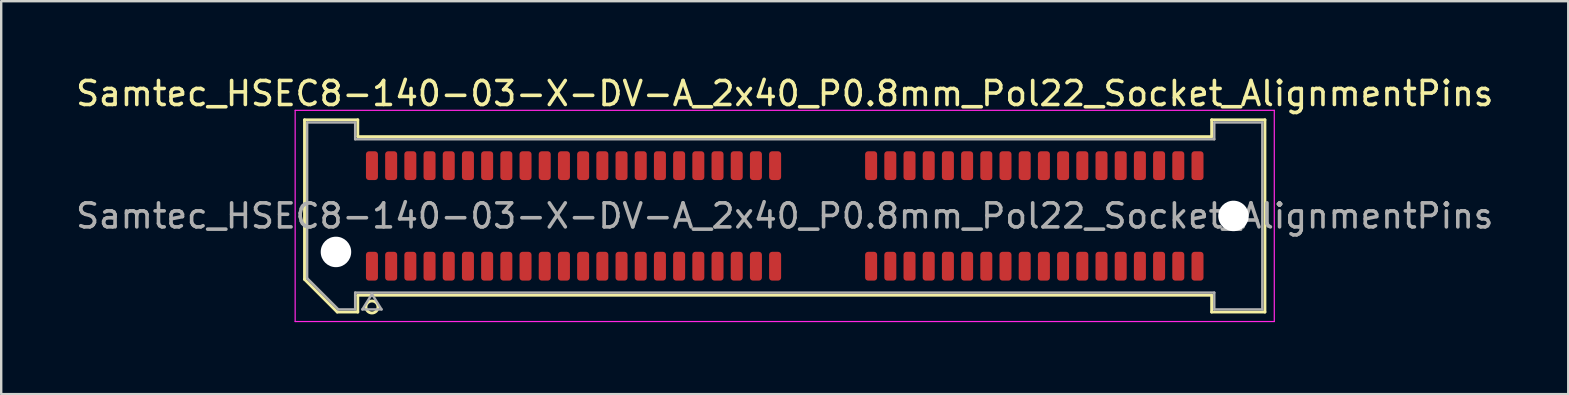
<source format=kicad_pcb>
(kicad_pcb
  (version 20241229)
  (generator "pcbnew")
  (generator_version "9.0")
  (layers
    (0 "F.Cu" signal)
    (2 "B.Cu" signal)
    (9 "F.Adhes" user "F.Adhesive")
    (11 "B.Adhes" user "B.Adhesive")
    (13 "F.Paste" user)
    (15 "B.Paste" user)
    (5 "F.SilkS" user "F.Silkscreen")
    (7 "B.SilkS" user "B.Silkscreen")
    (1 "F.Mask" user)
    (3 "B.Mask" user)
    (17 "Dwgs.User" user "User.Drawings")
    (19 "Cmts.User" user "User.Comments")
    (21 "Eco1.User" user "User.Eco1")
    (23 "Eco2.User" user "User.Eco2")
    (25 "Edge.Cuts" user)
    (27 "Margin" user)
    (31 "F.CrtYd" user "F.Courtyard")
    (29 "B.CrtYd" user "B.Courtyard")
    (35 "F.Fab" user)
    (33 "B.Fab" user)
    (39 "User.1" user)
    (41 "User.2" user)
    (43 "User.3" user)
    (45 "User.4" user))
  (footprint "Samtec_HSEC8-140-03-X-DV-A_2x40_P0.8mm_Pol22_Socket_AlignmentPins"
    (layer "F.Cu")
    (at 29.649 5.948)
    (property "Reference" "Samtec_HSEC8-140-03-X-DV-A_2x40_P0.8mm_Pol22_Socket_AlignmentPins" (at 0 -5.1 0) (layer "F.SilkS") (effects (font (size 1 1) (thickness 0.15))))
    (attr smd)
    (fp_line (start -20.01 -4.005) (end -17.79 -4.005) (stroke (width 0.12) (type solid)) (layer "F.SilkS"))
    (fp_line (start -20.01 2.641) (end -20.01 -4.005) (stroke (width 0.12) (type solid)) (layer "F.SilkS"))
    (fp_line (start -18.646 4.005) (end -20.01 2.641) (stroke (width 0.12) (type solid)) (layer "F.SilkS"))
    (fp_line (start -17.79 -4.005) (end -17.79 -3.305) (stroke (width 0.12) (type solid)) (layer "F.SilkS"))
    (fp_line (start -17.79 -3.305) (end 17.79 -3.305) (stroke (width 0.12) (type solid)) (layer "F.SilkS"))
    (fp_line (start -17.79 3.305) (end -17.79 4.005) (stroke (width 0.12) (type solid)) (layer "F.SilkS"))
    (fp_line (start -17.79 4.005) (end -18.646 4.005) (stroke (width 0.12) (type solid)) (layer "F.SilkS"))
    (fp_line (start 17.79 -4.005) (end 20.01 -4.005) (stroke (width 0.12) (type solid)) (layer "F.SilkS"))
    (fp_line (start 17.79 -3.305) (end 17.79 -4.005) (stroke (width 0.12) (type solid)) (layer "F.SilkS"))
    (fp_line (start 17.79 3.305) (end -17.79 3.305) (stroke (width 0.12) (type solid)) (layer "F.SilkS"))
    (fp_line (start 17.79 4.005) (end 17.79 3.305) (stroke (width 0.12) (type solid)) (layer "F.SilkS"))
    (fp_line (start 20.01 -4.005) (end 20.01 4.005) (stroke (width 0.12) (type solid)) (layer "F.SilkS"))
    (fp_line (start 20.01 4.005) (end 17.79 4.005) (stroke (width 0.12) (type solid)) (layer "F.SilkS"))
    (fp_arc (start -16.95 3.795) (mid -17.45 3.795) (end -16.95 3.795) (stroke (width 0.12) (type solid)) (layer "F.SilkS"))
    (fp_line (start -20.4 -4.4) (end -20.4 4.4) (stroke (width 0.05) (type solid)) (layer "F.CrtYd"))
    (fp_line (start -20.4 4.4) (end 20.4 4.4) (stroke (width 0.05) (type solid)) (layer "F.CrtYd"))
    (fp_line (start 20.4 -4.4) (end -20.4 -4.4) (stroke (width 0.05) (type solid)) (layer "F.CrtYd"))
    (fp_line (start 20.4 4.4) (end 20.4 -4.4) (stroke (width 0.05) (type solid)) (layer "F.CrtYd"))
    (fp_line (start -19.9 -3.895) (end -17.9 -3.895) (stroke (width 0.1) (type solid)) (layer "F.Fab"))
    (fp_line (start -19.9 2.595) (end -19.9 -3.895) (stroke (width 0.1) (type solid)) (layer "F.Fab"))
    (fp_line (start -18.6 3.895) (end -19.9 2.595) (stroke (width 0.1) (type solid)) (layer "F.Fab"))
    (fp_line (start -17.9 -3.895) (end -17.9 -3.195) (stroke (width 0.1) (type solid)) (layer "F.Fab"))
    (fp_line (start -17.9 -3.195) (end 17.9 -3.195) (stroke (width 0.1) (type solid)) (layer "F.Fab"))
    (fp_line (start -17.9 3.195) (end -17.9 3.895) (stroke (width 0.1) (type solid)) (layer "F.Fab"))
    (fp_line (start -17.9 3.895) (end -18.6 3.895) (stroke (width 0.1) (type solid)) (layer "F.Fab"))
    (fp_line (start -17.6 3.895) (end -17.2 3.255) (stroke (width 0.1) (type solid)) (layer "F.Fab"))
    (fp_line (start -17.2 3.255) (end -16.8 3.895) (stroke (width 0.1) (type solid)) (layer "F.Fab"))
    (fp_line (start -16.8 3.895) (end -17.6 3.895) (stroke (width 0.1) (type solid)) (layer "F.Fab"))
    (fp_line (start 17.9 -3.895) (end 19.9 -3.895) (stroke (width 0.1) (type solid)) (layer "F.Fab"))
    (fp_line (start 17.9 -3.195) (end 17.9 -3.895) (stroke (width 0.1) (type solid)) (layer "F.Fab"))
    (fp_line (start 17.9 3.195) (end -17.9 3.195) (stroke (width 0.1) (type solid)) (layer "F.Fab"))
    (fp_line (start 17.9 3.895) (end 17.9 3.195) (stroke (width 0.1) (type solid)) (layer "F.Fab"))
    (fp_line (start 19.9 -3.895) (end 19.9 3.895) (stroke (width 0.1) (type solid)) (layer "F.Fab"))
    (fp_line (start 19.9 3.895) (end 17.9 3.895) (stroke (width 0.1) (type solid)) (layer "F.Fab"))
    (fp_text user "${REFERENCE}" (at 0 0 0) (layer "F.Fab") (effects (font (size 1 1) (thickness 0.15))))
    (pad "" np_thru_hole circle (at -18.7 1.5) (size 1.27 1.27) (drill 1.27) (layers "*.Cu" "*.Mask"))
    (pad "" np_thru_hole circle (at 18.7 0) (size 1.27 1.27) (drill 1.27) (layers "*.Cu" "*.Mask"))
    (pad "1" smd roundrect (at -17.2 2.095) (size 0.5 1.2) (layers "F.Cu" "F.Mask" "F.Paste") (roundrect_rratio 0.25))
    (pad "2" smd roundrect (at -17.2 -2.095) (size 0.5 1.2) (layers "F.Cu" "F.Mask" "F.Paste") (roundrect_rratio 0.25))
    (pad "3" smd roundrect (at -16.4 2.095) (size 0.5 1.2) (layers "F.Cu" "F.Mask" "F.Paste") (roundrect_rratio 0.25))
    (pad "4" smd roundrect (at -16.4 -2.095) (size 0.5 1.2) (layers "F.Cu" "F.Mask" "F.Paste") (roundrect_rratio 0.25))
    (pad "5" smd roundrect (at -15.6 2.095) (size 0.5 1.2) (layers "F.Cu" "F.Mask" "F.Paste") (roundrect_rratio 0.25))
    (pad "6" smd roundrect (at -15.6 -2.095) (size 0.5 1.2) (layers "F.Cu" "F.Mask" "F.Paste") (roundrect_rratio 0.25))
    (pad "7" smd roundrect (at -14.8 2.095) (size 0.5 1.2) (layers "F.Cu" "F.Mask" "F.Paste") (roundrect_rratio 0.25))
    (pad "8" smd roundrect (at -14.8 -2.095) (size 0.5 1.2) (layers "F.Cu" "F.Mask" "F.Paste") (roundrect_rratio 0.25))
    (pad "9" smd roundrect (at -14 2.095) (size 0.5 1.2) (layers "F.Cu" "F.Mask" "F.Paste") (roundrect_rratio 0.25))
    (pad "10" smd roundrect (at -14 -2.095) (size 0.5 1.2) (layers "F.Cu" "F.Mask" "F.Paste") (roundrect_rratio 0.25))
    (pad "11" smd roundrect (at -13.2 2.095) (size 0.5 1.2) (layers "F.Cu" "F.Mask" "F.Paste") (roundrect_rratio 0.25))
    (pad "12" smd roundrect (at -13.2 -2.095) (size 0.5 1.2) (layers "F.Cu" "F.Mask" "F.Paste") (roundrect_rratio 0.25))
    (pad "13" smd roundrect (at -12.4 2.095) (size 0.5 1.2) (layers "F.Cu" "F.Mask" "F.Paste") (roundrect_rratio 0.25))
    (pad "14" smd roundrect (at -12.4 -2.095) (size 0.5 1.2) (layers "F.Cu" "F.Mask" "F.Paste") (roundrect_rratio 0.25))
    (pad "15" smd roundrect (at -11.6 2.095) (size 0.5 1.2) (layers "F.Cu" "F.Mask" "F.Paste") (roundrect_rratio 0.25))
    (pad "16" smd roundrect (at -11.6 -2.095) (size 0.5 1.2) (layers "F.Cu" "F.Mask" "F.Paste") (roundrect_rratio 0.25))
    (pad "17" smd roundrect (at -10.8 2.095) (size 0.5 1.2) (layers "F.Cu" "F.Mask" "F.Paste") (roundrect_rratio 0.25))
    (pad "18" smd roundrect (at -10.8 -2.095) (size 0.5 1.2) (layers "F.Cu" "F.Mask" "F.Paste") (roundrect_rratio 0.25))
    (pad "19" smd roundrect (at -10 2.095) (size 0.5 1.2) (layers "F.Cu" "F.Mask" "F.Paste") (roundrect_rratio 0.25))
    (pad "20" smd roundrect (at -10 -2.095) (size 0.5 1.2) (layers "F.Cu" "F.Mask" "F.Paste") (roundrect_rratio 0.25))
    (pad "21" smd roundrect (at -9.2 2.095) (size 0.5 1.2) (layers "F.Cu" "F.Mask" "F.Paste") (roundrect_rratio 0.25))
    (pad "22" smd roundrect (at -9.2 -2.095) (size 0.5 1.2) (layers "F.Cu" "F.Mask" "F.Paste") (roundrect_rratio 0.25))
    (pad "23" smd roundrect (at -8.4 2.095) (size 0.5 1.2) (layers "F.Cu" "F.Mask" "F.Paste") (roundrect_rratio 0.25))
    (pad "24" smd roundrect (at -8.4 -2.095) (size 0.5 1.2) (layers "F.Cu" "F.Mask" "F.Paste") (roundrect_rratio 0.25))
    (pad "25" smd roundrect (at -7.6 2.095) (size 0.5 1.2) (layers "F.Cu" "F.Mask" "F.Paste") (roundrect_rratio 0.25))
    (pad "26" smd roundrect (at -7.6 -2.095) (size 0.5 1.2) (layers "F.Cu" "F.Mask" "F.Paste") (roundrect_rratio 0.25))
    (pad "27" smd roundrect (at -6.8 2.095) (size 0.5 1.2) (layers "F.Cu" "F.Mask" "F.Paste") (roundrect_rratio 0.25))
    (pad "28" smd roundrect (at -6.8 -2.095) (size 0.5 1.2) (layers "F.Cu" "F.Mask" "F.Paste") (roundrect_rratio 0.25))
    (pad "29" smd roundrect (at -6 2.095) (size 0.5 1.2) (layers "F.Cu" "F.Mask" "F.Paste") (roundrect_rratio 0.25))
    (pad "30" smd roundrect (at -6 -2.095) (size 0.5 1.2) (layers "F.Cu" "F.Mask" "F.Paste") (roundrect_rratio 0.25))
    (pad "31" smd roundrect (at -5.2 2.095) (size 0.5 1.2) (layers "F.Cu" "F.Mask" "F.Paste") (roundrect_rratio 0.25))
    (pad "32" smd roundrect (at -5.2 -2.095) (size 0.5 1.2) (layers "F.Cu" "F.Mask" "F.Paste") (roundrect_rratio 0.25))
    (pad "33" smd roundrect (at -4.4 2.095) (size 0.5 1.2) (layers "F.Cu" "F.Mask" "F.Paste") (roundrect_rratio 0.25))
    (pad "34" smd roundrect (at -4.4 -2.095) (size 0.5 1.2) (layers "F.Cu" "F.Mask" "F.Paste") (roundrect_rratio 0.25))
    (pad "35" smd roundrect (at -3.6 2.095) (size 0.5 1.2) (layers "F.Cu" "F.Mask" "F.Paste") (roundrect_rratio 0.25))
    (pad "36" smd roundrect (at -3.6 -2.095) (size 0.5 1.2) (layers "F.Cu" "F.Mask" "F.Paste") (roundrect_rratio 0.25))
    (pad "37" smd roundrect (at -2.8 2.095) (size 0.5 1.2) (layers "F.Cu" "F.Mask" "F.Paste") (roundrect_rratio 0.25))
    (pad "38" smd roundrect (at -2.8 -2.095) (size 0.5 1.2) (layers "F.Cu" "F.Mask" "F.Paste") (roundrect_rratio 0.25))
    (pad "39" smd roundrect (at -2 2.095) (size 0.5 1.2) (layers "F.Cu" "F.Mask" "F.Paste") (roundrect_rratio 0.25))
    (pad "40" smd roundrect (at -2 -2.095) (size 0.5 1.2) (layers "F.Cu" "F.Mask" "F.Paste") (roundrect_rratio 0.25))
    (pad "41" smd roundrect (at -1.2 2.095) (size 0.5 1.2) (layers "F.Cu" "F.Mask" "F.Paste") (roundrect_rratio 0.25))
    (pad "42" smd roundrect (at -1.2 -2.095) (size 0.5 1.2) (layers "F.Cu" "F.Mask" "F.Paste") (roundrect_rratio 0.25))
    (pad "43" smd roundrect (at -0.4 2.095) (size 0.5 1.2) (layers "F.Cu" "F.Mask" "F.Paste") (roundrect_rratio 0.25))
    (pad "44" smd roundrect (at -0.4 -2.095) (size 0.5 1.2) (layers "F.Cu" "F.Mask" "F.Paste") (roundrect_rratio 0.25))
    (pad "45" smd roundrect (at 3.6 2.095) (size 0.5 1.2) (layers "F.Cu" "F.Mask" "F.Paste") (roundrect_rratio 0.25))
    (pad "46" smd roundrect (at 3.6 -2.095) (size 0.5 1.2) (layers "F.Cu" "F.Mask" "F.Paste") (roundrect_rratio 0.25))
    (pad "47" smd roundrect (at 4.4 2.095) (size 0.5 1.2) (layers "F.Cu" "F.Mask" "F.Paste") (roundrect_rratio 0.25))
    (pad "48" smd roundrect (at 4.4 -2.095) (size 0.5 1.2) (layers "F.Cu" "F.Mask" "F.Paste") (roundrect_rratio 0.25))
    (pad "49" smd roundrect (at 5.2 2.095) (size 0.5 1.2) (layers "F.Cu" "F.Mask" "F.Paste") (roundrect_rratio 0.25))
    (pad "50" smd roundrect (at 5.2 -2.095) (size 0.5 1.2) (layers "F.Cu" "F.Mask" "F.Paste") (roundrect_rratio 0.25))
    (pad "51" smd roundrect (at 6 2.095) (size 0.5 1.2) (layers "F.Cu" "F.Mask" "F.Paste") (roundrect_rratio 0.25))
    (pad "52" smd roundrect (at 6 -2.095) (size 0.5 1.2) (layers "F.Cu" "F.Mask" "F.Paste") (roundrect_rratio 0.25))
    (pad "53" smd roundrect (at 6.8 2.095) (size 0.5 1.2) (layers "F.Cu" "F.Mask" "F.Paste") (roundrect_rratio 0.25))
    (pad "54" smd roundrect (at 6.8 -2.095) (size 0.5 1.2) (layers "F.Cu" "F.Mask" "F.Paste") (roundrect_rratio 0.25))
    (pad "55" smd roundrect (at 7.6 2.095) (size 0.5 1.2) (layers "F.Cu" "F.Mask" "F.Paste") (roundrect_rratio 0.25))
    (pad "56" smd roundrect (at 7.6 -2.095) (size 0.5 1.2) (layers "F.Cu" "F.Mask" "F.Paste") (roundrect_rratio 0.25))
    (pad "57" smd roundrect (at 8.4 2.095) (size 0.5 1.2) (layers "F.Cu" "F.Mask" "F.Paste") (roundrect_rratio 0.25))
    (pad "58" smd roundrect (at 8.4 -2.095) (size 0.5 1.2) (layers "F.Cu" "F.Mask" "F.Paste") (roundrect_rratio 0.25))
    (pad "59" smd roundrect (at 9.2 2.095) (size 0.5 1.2) (layers "F.Cu" "F.Mask" "F.Paste") (roundrect_rratio 0.25))
    (pad "60" smd roundrect (at 9.2 -2.095) (size 0.5 1.2) (layers "F.Cu" "F.Mask" "F.Paste") (roundrect_rratio 0.25))
    (pad "61" smd roundrect (at 10 2.095) (size 0.5 1.2) (layers "F.Cu" "F.Mask" "F.Paste") (roundrect_rratio 0.25))
    (pad "62" smd roundrect (at 10 -2.095) (size 0.5 1.2) (layers "F.Cu" "F.Mask" "F.Paste") (roundrect_rratio 0.25))
    (pad "63" smd roundrect (at 10.8 2.095) (size 0.5 1.2) (layers "F.Cu" "F.Mask" "F.Paste") (roundrect_rratio 0.25))
    (pad "64" smd roundrect (at 10.8 -2.095) (size 0.5 1.2) (layers "F.Cu" "F.Mask" "F.Paste") (roundrect_rratio 0.25))
    (pad "65" smd roundrect (at 11.6 2.095) (size 0.5 1.2) (layers "F.Cu" "F.Mask" "F.Paste") (roundrect_rratio 0.25))
    (pad "66" smd roundrect (at 11.6 -2.095) (size 0.5 1.2) (layers "F.Cu" "F.Mask" "F.Paste") (roundrect_rratio 0.25))
    (pad "67" smd roundrect (at 12.4 2.095) (size 0.5 1.2) (layers "F.Cu" "F.Mask" "F.Paste") (roundrect_rratio 0.25))
    (pad "68" smd roundrect (at 12.4 -2.095) (size 0.5 1.2) (layers "F.Cu" "F.Mask" "F.Paste") (roundrect_rratio 0.25))
    (pad "69" smd roundrect (at 13.2 2.095) (size 0.5 1.2) (layers "F.Cu" "F.Mask" "F.Paste") (roundrect_rratio 0.25))
    (pad "70" smd roundrect (at 13.2 -2.095) (size 0.5 1.2) (layers "F.Cu" "F.Mask" "F.Paste") (roundrect_rratio 0.25))
    (pad "71" smd roundrect (at 14 2.095) (size 0.5 1.2) (layers "F.Cu" "F.Mask" "F.Paste") (roundrect_rratio 0.25))
    (pad "72" smd roundrect (at 14 -2.095) (size 0.5 1.2) (layers "F.Cu" "F.Mask" "F.Paste") (roundrect_rratio 0.25))
    (pad "73" smd roundrect (at 14.8 2.095) (size 0.5 1.2) (layers "F.Cu" "F.Mask" "F.Paste") (roundrect_rratio 0.25))
    (pad "74" smd roundrect (at 14.8 -2.095) (size 0.5 1.2) (layers "F.Cu" "F.Mask" "F.Paste") (roundrect_rratio 0.25))
    (pad "75" smd roundrect (at 15.6 2.095) (size 0.5 1.2) (layers "F.Cu" "F.Mask" "F.Paste") (roundrect_rratio 0.25))
    (pad "76" smd roundrect (at 15.6 -2.095) (size 0.5 1.2) (layers "F.Cu" "F.Mask" "F.Paste") (roundrect_rratio 0.25))
    (pad "77" smd roundrect (at 16.4 2.095) (size 0.5 1.2) (layers "F.Cu" "F.Mask" "F.Paste") (roundrect_rratio 0.25))
    (pad "78" smd roundrect (at 16.4 -2.095) (size 0.5 1.2) (layers "F.Cu" "F.Mask" "F.Paste") (roundrect_rratio 0.25))
    (pad "79" smd roundrect (at 17.2 2.095) (size 0.5 1.2) (layers "F.Cu" "F.Mask" "F.Paste") (roundrect_rratio 0.25))
    (pad "80" smd roundrect (at 17.2 -2.095) (size 0.5 1.2) (layers "F.Cu" "F.Mask" "F.Paste") (roundrect_rratio 0.25)))
  (gr_rect
    (start -3 -3)
    (end 62.298 13.373)
    (stroke (width 0.1) (type default))
    (fill no)
    (layer "Edge.Cuts")))
</source>
